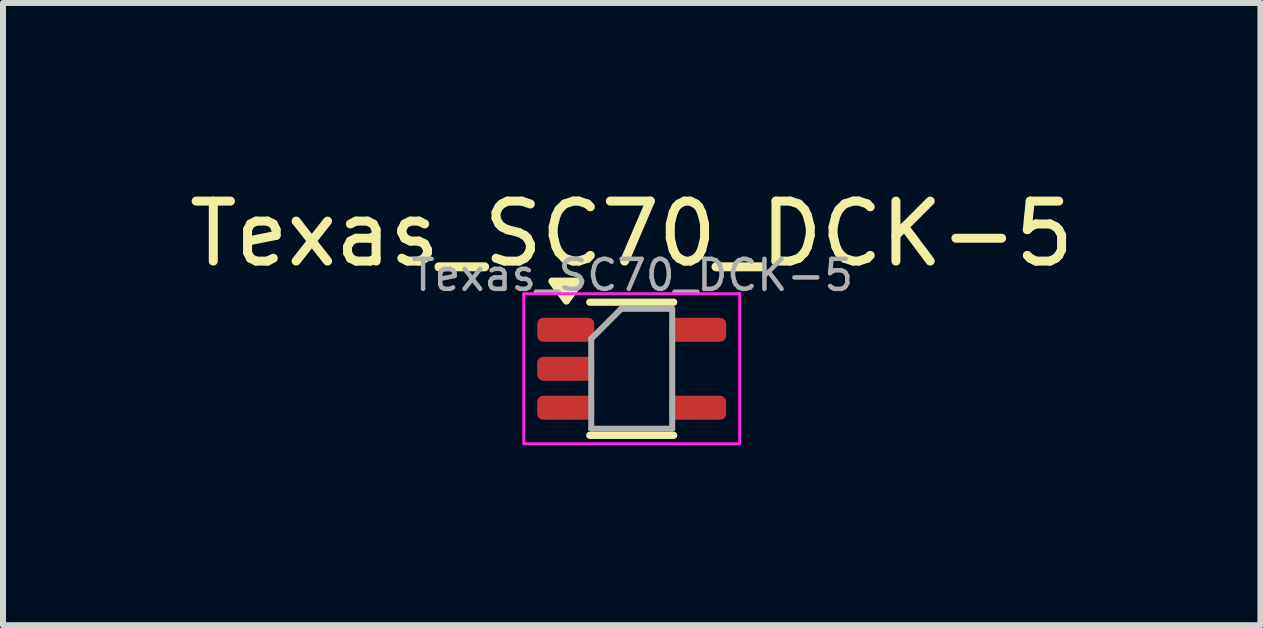
<source format=kicad_pcb>
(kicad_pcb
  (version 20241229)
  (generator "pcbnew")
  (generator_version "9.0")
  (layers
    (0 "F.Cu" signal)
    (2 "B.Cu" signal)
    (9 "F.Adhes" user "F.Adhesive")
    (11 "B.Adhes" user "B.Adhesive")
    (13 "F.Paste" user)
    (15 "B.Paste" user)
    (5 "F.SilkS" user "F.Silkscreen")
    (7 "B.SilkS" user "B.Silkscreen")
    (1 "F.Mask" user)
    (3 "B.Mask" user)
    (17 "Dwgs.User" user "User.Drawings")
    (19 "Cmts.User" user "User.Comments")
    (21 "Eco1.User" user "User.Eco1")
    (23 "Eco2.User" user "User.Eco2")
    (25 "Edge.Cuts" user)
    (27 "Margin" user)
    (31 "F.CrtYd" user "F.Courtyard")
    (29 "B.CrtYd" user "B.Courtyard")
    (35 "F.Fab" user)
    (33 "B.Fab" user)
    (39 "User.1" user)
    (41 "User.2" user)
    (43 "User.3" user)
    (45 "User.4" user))
  (footprint "Texas_SC70_DCK-5"
    (layer "F.Cu")
    (at 7.482 3.098)
    (property "Reference" "Texas_SC70_DCK-5" (at 0 -2.25 0) (layer "F.SilkS") (effects (font (size 1 1) (thickness 0.15))))
    (attr smd)
    (fp_line (start -0.7 -1.11) (end 0.7 -1.11) (stroke (width 0.12) (type solid)) (layer "F.SilkS"))
    (fp_line (start -0.7 1.11) (end 0.7 1.11) (stroke (width 0.12) (type solid)) (layer "F.SilkS"))
    (fp_poly (pts (xy -1.09 -1.13) (xy -1.33 -1.46) (xy -0.85 -1.46) (xy -1.09 -1.13)) (stroke (width 0.12) (type solid)) (fill yes) (layer "F.SilkS"))
    (fp_line (start -1.8 -1.25) (end -1.8 1.25) (stroke (width 0.05) (type solid)) (layer "F.CrtYd"))
    (fp_line (start -1.8 -1.25) (end 1.8 -1.25) (stroke (width 0.05) (type solid)) (layer "F.CrtYd"))
    (fp_line (start -1.8 1.25) (end 1.8 1.25) (stroke (width 0.05) (type solid)) (layer "F.CrtYd"))
    (fp_line (start 1.8 1.25) (end 1.8 -1.25) (stroke (width 0.05) (type solid)) (layer "F.CrtYd"))
    (fp_line (start -0.675 -0.5) (end -0.675 1) (stroke (width 0.1) (type solid)) (layer "F.Fab"))
    (fp_line (start -0.175 -1) (end -0.675 -0.5) (stroke (width 0.1) (type solid)) (layer "F.Fab"))
    (fp_line (start 0.675 -1) (end -0.175 -1) (stroke (width 0.1) (type solid)) (layer "F.Fab"))
    (fp_line (start 0.675 -1) (end 0.675 1) (stroke (width 0.1) (type solid)) (layer "F.Fab"))
    (fp_line (start 0.675 1) (end -0.675 1) (stroke (width 0.1) (type solid)) (layer "F.Fab"))
    (fp_text user "${REFERENCE}" (at 0.01 -1.56 180) (layer "F.Fab") (effects (font (size 0.5 0.5) (thickness 0.075))))
    (pad "1" smd roundrect (at -1.1 -0.65) (size 0.95 0.4) (layers "F.Cu" "F.Mask" "F.Paste") (roundrect_rratio 0.25))
    (pad "2" smd roundrect (at -1.1 0) (size 0.95 0.4) (layers "F.Cu" "F.Mask" "F.Paste") (roundrect_rratio 0.25))
    (pad "3" smd roundrect (at -1.1 0.65) (size 0.95 0.4) (layers "F.Cu" "F.Mask" "F.Paste") (roundrect_rratio 0.25))
    (pad "4" smd roundrect (at 1.1 0.65) (size 0.95 0.4) (layers "F.Cu" "F.Mask" "F.Paste") (roundrect_rratio 0.25))
    (pad "5" smd roundrect (at 1.1 -0.65) (size 0.95 0.4) (layers "F.Cu" "F.Mask" "F.Paste") (roundrect_rratio 0.25)))
  (gr_rect
    (start -3 -3)
    (end 17.964 7.373)
    (stroke (width 0.1) (type default))
    (fill no)
    (layer "Edge.Cuts")))
</source>
